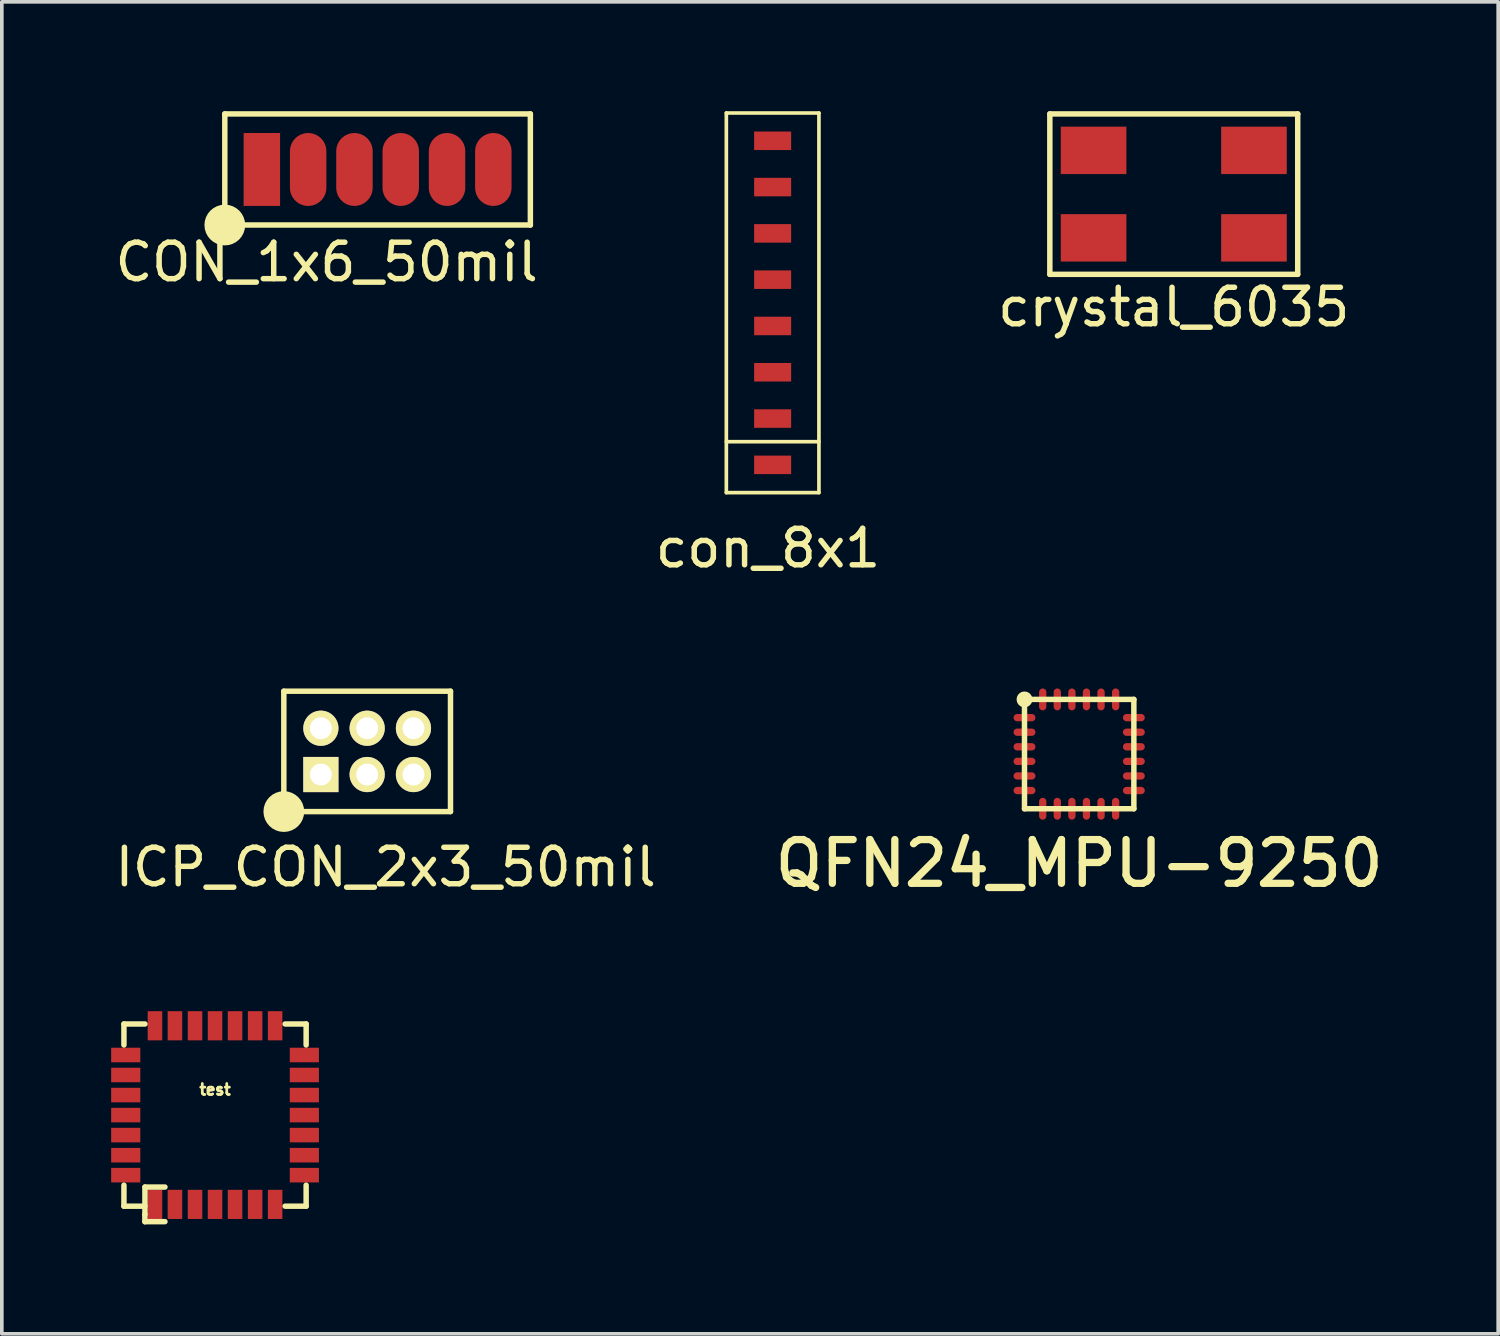
<source format=kicad_pcb>
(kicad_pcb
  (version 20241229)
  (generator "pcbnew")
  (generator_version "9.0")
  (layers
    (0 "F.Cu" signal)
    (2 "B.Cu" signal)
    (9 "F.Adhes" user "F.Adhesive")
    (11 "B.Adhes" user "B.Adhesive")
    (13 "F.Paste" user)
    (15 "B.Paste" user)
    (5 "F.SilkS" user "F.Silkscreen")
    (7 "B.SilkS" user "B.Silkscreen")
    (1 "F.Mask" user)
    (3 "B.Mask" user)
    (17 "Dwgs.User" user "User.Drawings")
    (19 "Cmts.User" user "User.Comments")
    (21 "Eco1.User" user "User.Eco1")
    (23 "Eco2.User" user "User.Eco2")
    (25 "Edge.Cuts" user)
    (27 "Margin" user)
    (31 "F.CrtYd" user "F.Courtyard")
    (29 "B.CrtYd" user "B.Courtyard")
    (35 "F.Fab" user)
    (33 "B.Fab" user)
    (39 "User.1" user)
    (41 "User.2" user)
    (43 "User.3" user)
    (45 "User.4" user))
  (footprint "con_8x1"
    (layer "F.Cu")
    (at 18.145 9.702)
    (property "Reference" "con_8x1" (at -0.127 2.286 0) (layer "F.SilkS") (effects (font (size 1 1) (thickness 0.15))))
    (attr through_hole)
    (fp_line (start -1.27 -9.652) (end -1.27 0.762) (stroke (width 0.1) (type solid)) (layer "F.SilkS"))
    (fp_line (start -1.27 -9.652) (end 1.27 -9.652) (stroke (width 0.1) (type solid)) (layer "F.SilkS"))
    (fp_line (start 1.27 -0.635) (end -1.27 -0.635) (stroke (width 0.1) (type solid)) (layer "F.SilkS"))
    (fp_line (start 1.27 0.762) (end -1.27 0.762) (stroke (width 0.1) (type solid)) (layer "F.SilkS"))
    (fp_line (start 1.27 0.762) (end 1.27 -9.652) (stroke (width 0.1) (type solid)) (layer "F.SilkS"))
    (pad "1" smd rect (at 0 0) (size 1.016 0.508) (layers "F.Cu" "F.Mask" "F.Paste"))
    (pad "2" smd rect (at 0 -1.27) (size 1.016 0.508) (layers "F.Cu" "F.Mask" "F.Paste"))
    (pad "3" smd rect (at 0 -2.54) (size 1.016 0.508) (layers "F.Cu" "F.Mask" "F.Paste"))
    (pad "4" smd rect (at 0 -3.81) (size 1.016 0.508) (layers "F.Cu" "F.Mask" "F.Paste"))
    (pad "5" smd rect (at 0 -5.08) (size 1.016 0.508) (layers "F.Cu" "F.Mask" "F.Paste"))
    (pad "6" smd rect (at 0 -6.35) (size 1.016 0.508) (layers "F.Cu" "F.Mask" "F.Paste"))
    (pad "7" smd rect (at 0 -7.62) (size 1.016 0.508) (layers "F.Cu" "F.Mask" "F.Paste"))
    (pad "8" smd rect (at 0 -8.89) (size 1.016 0.508) (layers "F.Cu" "F.Mask" "F.Paste")))
  (footprint "CON_1x6_50mil"
    (layer "F.Cu")
    (at 4.133 1.599)
    (property "Reference" "CON_1x6_50mil" (at 1.778 2.54 0) (layer "F.SilkS") (effects (font (size 1 1) (thickness 0.15))))
    (attr through_hole)
    (fp_line (start -1.016 -1.524) (end -1.016 1.524) (stroke (width 0.15) (type solid)) (layer "F.SilkS"))
    (fp_line (start -1.016 1.524) (end 7.366 1.524) (stroke (width 0.15) (type solid)) (layer "F.SilkS"))
    (fp_line (start 7.366 -1.524) (end -1.016 -1.524) (stroke (width 0.15) (type solid)) (layer "F.SilkS"))
    (fp_line (start 7.366 1.524) (end 7.366 -1.524) (stroke (width 0.15) (type solid)) (layer "F.SilkS"))
    (fp_circle (center -1.016 1.524) (end -0.965 1.524) (stroke (width 0.508) (type solid)) (fill no) (layer "F.SilkS"))
    (pad "1" smd rect (at 0 0) (size 1 2) (layers "F.Cu" "F.Mask" "F.Paste"))
    (pad "2" smd oval (at 1.27 0) (size 1 2) (layers "F.Cu" "F.Mask" "F.Paste"))
    (pad "3" smd oval (at 2.54 0) (size 1 2) (layers "F.Cu" "F.Mask" "F.Paste"))
    (pad "4" smd oval (at 3.81 0) (size 1 2) (layers "F.Cu" "F.Mask" "F.Paste"))
    (pad "5" smd oval (at 5.08 0) (size 1 2) (layers "F.Cu" "F.Mask" "F.Paste"))
    (pad "6" smd oval (at 6.35 0) (size 1 2) (layers "F.Cu" "F.Mask" "F.Paste")))
  (footprint "crystal_6035"
    (layer "F.Cu")
    (at 29.149 2.275)
    (property "Reference" "crystal_6035" (at 0 3.1 0) (layer "F.SilkS") (effects (font (size 1 1) (thickness 0.15))))
    (attr through_hole)
    (fp_line (start -3.4 -2.2) (end 3.4 -2.2) (stroke (width 0.15) (type solid)) (layer "F.SilkS"))
    (fp_line (start -3.4 2.2) (end -3.4 -2.2) (stroke (width 0.15) (type solid)) (layer "F.SilkS"))
    (fp_line (start 3.4 -2.2) (end 3.4 2.2) (stroke (width 0.15) (type solid)) (layer "F.SilkS"))
    (fp_line (start 3.4 2.2) (end -3.4 2.2) (stroke (width 0.15) (type solid)) (layer "F.SilkS"))
    (pad "1" smd rect (at -2.2 1.2) (size 1.8 1.3) (layers "F.Cu" "F.Mask" "F.Paste"))
    (pad "2" smd rect (at 2.2 1.2) (size 1.8 1.3) (layers "F.Cu" "F.Mask" "F.Paste"))
    (pad "3" smd rect (at 2.2 -1.2) (size 1.8 1.3) (layers "F.Cu" "F.Mask" "F.Paste"))
    (pad "4" smd rect (at -2.2 -1.2) (size 1.8 1.3) (layers "F.Cu" "F.Mask" "F.Paste")))
  (footprint "test"
    (layer "F.Cu")
    (at 2.849 27.539)
    (property "Reference" "test" (at 0 -0.701 0) (layer "F.SilkS") (effects (font (size 0.3 0.3) (thickness 0.076))))
    (attr smd)
    (fp_line (start -2.499 -2.499) (end -2.499 -1.923) (stroke (width 0.15) (type solid)) (layer "F.SilkS"))
    (fp_line (start -2.499 -2.499) (end -1.923 -2.499) (stroke (width 0.15) (type solid)) (layer "F.SilkS"))
    (fp_line (start -2.499 1.923) (end -2.499 2.499) (stroke (width 0.15) (type solid)) (layer "F.SilkS"))
    (fp_line (start -2.499 2.499) (end -1.923 2.499) (stroke (width 0.15) (type solid)) (layer "F.SilkS"))
    (fp_line (start -1.925 2.925) (end -1.925 2.725) (stroke (width 0.15) (type solid)) (layer "F.SilkS"))
    (fp_line (start -1.923 1.974) (end -1.923 2.723) (stroke (width 0.15) (type solid)) (layer "F.SilkS"))
    (fp_line (start -1.923 1.974) (end -1.374 1.974) (stroke (width 0.15) (type solid)) (layer "F.SilkS"))
    (fp_line (start -1.923 2.923) (end -1.374 2.923) (stroke (width 0.15) (type solid)) (layer "F.SilkS"))
    (fp_line (start 1.923 -2.499) (end 2.499 -2.499) (stroke (width 0.15) (type solid)) (layer "F.SilkS"))
    (fp_line (start 1.923 2.499) (end 2.499 2.499) (stroke (width 0.15) (type solid)) (layer "F.SilkS"))
    (fp_line (start 2.499 -2.499) (end 2.499 -1.923) (stroke (width 0.15) (type solid)) (layer "F.SilkS"))
    (fp_line (start 2.499 1.923) (end 2.499 2.499) (stroke (width 0.15) (type solid)) (layer "F.SilkS"))
    (pad "1" smd rect (at -1.648 2.45 180) (size 0.399 0.8) (layers "F.Cu" "F.Mask" "F.Paste"))
    (pad "2" smd rect (at -1.1 2.45 180) (size 0.399 0.8) (layers "F.Cu" "F.Mask" "F.Paste"))
    (pad "3" smd rect (at -0.549 2.45 180) (size 0.399 0.8) (layers "F.Cu" "F.Mask" "F.Paste"))
    (pad "4" smd rect (at 0 2.45 180) (size 0.399 0.8) (layers "F.Cu" "F.Mask" "F.Paste"))
    (pad "5" smd rect (at 0.549 2.45 180) (size 0.399 0.8) (layers "F.Cu" "F.Mask" "F.Paste"))
    (pad "6" smd rect (at 1.1 2.45 180) (size 0.399 0.8) (layers "F.Cu" "F.Mask" "F.Paste"))
    (pad "7" smd rect (at 1.648 2.45 180) (size 0.399 0.8) (layers "F.Cu" "F.Mask" "F.Paste"))
    (pad "8" smd rect (at 2.45 1.648 270) (size 0.399 0.8) (layers "F.Cu" "F.Mask" "F.Paste"))
    (pad "9" smd rect (at 2.45 1.1 270) (size 0.399 0.8) (layers "F.Cu" "F.Mask" "F.Paste"))
    (pad "10" smd rect (at 2.45 0.549 270) (size 0.399 0.8) (layers "F.Cu" "F.Mask" "F.Paste"))
    (pad "11" smd rect (at 2.45 0 270) (size 0.399 0.8) (layers "F.Cu" "F.Mask" "F.Paste"))
    (pad "12" smd rect (at 2.45 -0.549 270) (size 0.399 0.8) (layers "F.Cu" "F.Mask" "F.Paste"))
    (pad "13" smd rect (at 2.45 -1.1 270) (size 0.399 0.8) (layers "F.Cu" "F.Mask" "F.Paste"))
    (pad "14" smd rect (at 2.45 -1.648 270) (size 0.399 0.8) (layers "F.Cu" "F.Mask" "F.Paste"))
    (pad "15" smd rect (at 1.648 -2.45) (size 0.399 0.8) (layers "F.Cu" "F.Mask" "F.Paste"))
    (pad "16" smd rect (at 1.1 -2.45) (size 0.399 0.8) (layers "F.Cu" "F.Mask" "F.Paste"))
    (pad "17" smd rect (at 0.549 -2.45) (size 0.399 0.8) (layers "F.Cu" "F.Mask" "F.Paste"))
    (pad "18" smd rect (at 0 -2.45) (size 0.399 0.8) (layers "F.Cu" "F.Mask" "F.Paste"))
    (pad "19" smd rect (at -0.549 -2.45) (size 0.399 0.8) (layers "F.Cu" "F.Mask" "F.Paste"))
    (pad "20" smd rect (at -1.1 -2.45) (size 0.399 0.8) (layers "F.Cu" "F.Mask" "F.Paste"))
    (pad "21" smd rect (at -1.648 -2.45) (size 0.399 0.8) (layers "F.Cu" "F.Mask" "F.Paste"))
    (pad "22" smd rect (at -2.45 -1.648 90) (size 0.4 0.8) (layers "F.Cu" "F.Mask" "F.Paste"))
    (pad "23" smd rect (at -2.45 -1.1 90) (size 0.399 0.8) (layers "F.Cu" "F.Mask" "F.Paste"))
    (pad "24" smd rect (at -2.45 -0.549 90) (size 0.399 0.8) (layers "F.Cu" "F.Mask" "F.Paste"))
    (pad "25" smd rect (at -2.45 0 90) (size 0.399 0.8) (layers "F.Cu" "F.Mask" "F.Paste"))
    (pad "26" smd rect (at -2.45 0.549 90) (size 0.399 0.8) (layers "F.Cu" "F.Mask" "F.Paste"))
    (pad "27" smd rect (at -2.45 1.1 90) (size 0.399 0.8) (layers "F.Cu" "F.Mask" "F.Paste"))
    (pad "28" smd rect (at -2.45 1.648 90) (size 0.399 0.8) (layers "F.Cu" "F.Mask" "F.Paste")))
  (footprint "ICP_CON_2x3_50mil"
    (layer "F.Cu")
    (at 5.752 18.197)
    (property "Reference" "ICP_CON_2x3_50mil" (at 1.778 2.54 0) (layer "F.SilkS") (effects (font (size 1 1) (thickness 0.15))))
    (attr through_hole)
    (fp_line (start -1.016 -2.286) (end -1.016 1.016) (stroke (width 0.15) (type solid)) (layer "F.SilkS"))
    (fp_line (start -1.016 1.016) (end 3.556 1.016) (stroke (width 0.15) (type solid)) (layer "F.SilkS"))
    (fp_line (start 3.556 -2.286) (end -1.016 -2.286) (stroke (width 0.15) (type solid)) (layer "F.SilkS"))
    (fp_line (start 3.556 1.016) (end 3.556 -2.286) (stroke (width 0.15) (type solid)) (layer "F.SilkS"))
    (fp_circle (center -1.016 1.016) (end -0.965 1.016) (stroke (width 0.508) (type solid)) (fill no) (layer "F.SilkS"))
    (pad "1" thru_hole rect (at 0 0) (size 0.965 0.965) (drill 0.6) (layers "*.Cu" "*.Mask" "F.SilkS"))
    (pad "2" thru_hole circle (at 0 -1.27) (size 0.965 0.965) (drill 0.6) (layers "*.Cu" "*.Mask" "F.SilkS"))
    (pad "3" thru_hole circle (at 1.27 0) (size 0.965 0.965) (drill 0.6) (layers "*.Cu" "*.Mask" "F.SilkS"))
    (pad "4" thru_hole circle (at 1.27 -1.27) (size 0.965 0.965) (drill 0.6) (layers "*.Cu" "*.Mask" "F.SilkS"))
    (pad "5" thru_hole circle (at 2.54 0) (size 0.965 0.965) (drill 0.6) (layers "*.Cu" "*.Mask" "F.SilkS"))
    (pad "6" thru_hole circle (at 2.54 -1.27) (size 0.965 0.965) (drill 0.6) (layers "*.Cu" "*.Mask" "F.SilkS")))
  (footprint "QFN24_MPU-9250"
    (layer "F.Cu")
    (at 26.554 17.636)
    (property "Reference" "QFN24_MPU-9250" (at 0 3 0) (layer "F.SilkS") (effects (font (size 1.2 1.2) (thickness 0.2))))
    (attr through_hole)
    (fp_line (start -1.5 -1.5) (end 1.5 -1.5) (stroke (width 0.15) (type solid)) (layer "F.SilkS"))
    (fp_line (start -1.5 1.5) (end -1.5 -1.5) (stroke (width 0.15) (type solid)) (layer "F.SilkS"))
    (fp_line (start 1.5 -1.5) (end 1.5 1.5) (stroke (width 0.15) (type solid)) (layer "F.SilkS"))
    (fp_line (start 1.5 1.5) (end -1.5 1.5) (stroke (width 0.15) (type solid)) (layer "F.SilkS"))
    (fp_circle (center -1.5 -1.5) (end -1.6 -1.6) (stroke (width 0.15) (type solid)) (fill no) (layer "F.SilkS"))
    (pad "1" smd oval (at -1.5 -1) (size 0.6 0.2) (layers "F.Cu" "F.Mask" "F.Paste"))
    (pad "2" smd oval (at -1.5 -0.6) (size 0.6 0.2) (layers "F.Cu" "F.Mask" "F.Paste"))
    (pad "3" smd oval (at -1.5 -0.2) (size 0.6 0.2) (layers "F.Cu" "F.Mask" "F.Paste"))
    (pad "4" smd oval (at -1.5 0.2) (size 0.6 0.2) (layers "F.Cu" "F.Mask" "F.Paste"))
    (pad "5" smd oval (at -1.5 0.6) (size 0.6 0.2) (layers "F.Cu" "F.Mask" "F.Paste"))
    (pad "6" smd oval (at -1.5 1) (size 0.6 0.2) (layers "F.Cu" "F.Mask" "F.Paste"))
    (pad "7" smd oval (at -1 1.5) (size 0.2 0.6) (layers "F.Cu" "F.Mask" "F.Paste"))
    (pad "8" smd oval (at -0.6 1.5) (size 0.2 0.6) (layers "F.Cu" "F.Mask" "F.Paste"))
    (pad "9" smd oval (at -0.2 1.5) (size 0.2 0.6) (layers "F.Cu" "F.Mask" "F.Paste"))
    (pad "10" smd oval (at 0.2 1.5) (size 0.2 0.6) (layers "F.Cu" "F.Mask" "F.Paste"))
    (pad "11" smd oval (at 0.6 1.5) (size 0.2 0.6) (layers "F.Cu" "F.Mask" "F.Paste"))
    (pad "12" smd oval (at 1 1.5) (size 0.2 0.6) (layers "F.Cu" "F.Mask" "F.Paste"))
    (pad "13" smd oval (at 1.5 1) (size 0.6 0.2) (layers "F.Cu" "F.Mask" "F.Paste"))
    (pad "14" smd oval (at 1.5 0.6) (size 0.6 0.2) (layers "F.Cu" "F.Mask" "F.Paste"))
    (pad "15" smd oval (at 1.5 0.2) (size 0.6 0.2) (layers "F.Cu" "F.Mask" "F.Paste"))
    (pad "16" smd oval (at 1.5 -0.2) (size 0.6 0.2) (layers "F.Cu" "F.Mask" "F.Paste"))
    (pad "17" smd oval (at 1.5 -0.6) (size 0.6 0.2) (layers "F.Cu" "F.Mask" "F.Paste"))
    (pad "18" smd oval (at 1.5 -1) (size 0.6 0.2) (layers "F.Cu" "F.Mask" "F.Paste"))
    (pad "19" smd oval (at 1 -1.5) (size 0.2 0.6) (layers "F.Cu" "F.Mask" "F.Paste"))
    (pad "20" smd oval (at 0.6 -1.5) (size 0.2 0.6) (layers "F.Cu" "F.Mask" "F.Paste"))
    (pad "21" smd oval (at 0.2 -1.5) (size 0.2 0.6) (layers "F.Cu" "F.Mask" "F.Paste"))
    (pad "22" smd oval (at -0.2 -1.5) (size 0.2 0.6) (layers "F.Cu" "F.Mask" "F.Paste"))
    (pad "23" smd oval (at -0.6 -1.5) (size 0.2 0.6) (layers "F.Cu" "F.Mask" "F.Paste"))
    (pad "24" smd oval (at -1 -1.5) (size 0.2 0.6) (layers "F.Cu" "F.Mask" "F.Paste")))
  (gr_rect
    (start -3 -3)
    (end 38.048 33.539)
    (stroke (width 0.1) (type default))
    (fill no)
    (layer "Edge.Cuts")))
</source>
